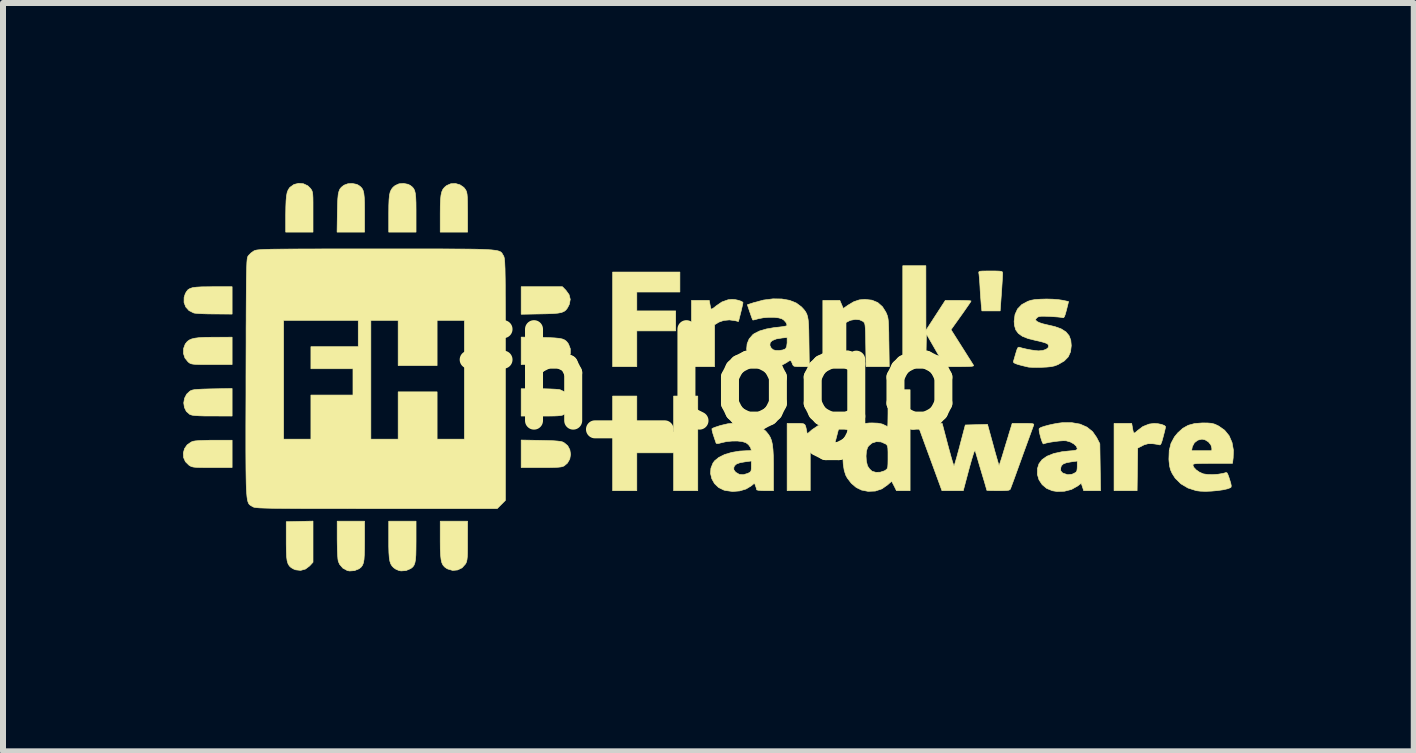
<source format=kicad_pcb>
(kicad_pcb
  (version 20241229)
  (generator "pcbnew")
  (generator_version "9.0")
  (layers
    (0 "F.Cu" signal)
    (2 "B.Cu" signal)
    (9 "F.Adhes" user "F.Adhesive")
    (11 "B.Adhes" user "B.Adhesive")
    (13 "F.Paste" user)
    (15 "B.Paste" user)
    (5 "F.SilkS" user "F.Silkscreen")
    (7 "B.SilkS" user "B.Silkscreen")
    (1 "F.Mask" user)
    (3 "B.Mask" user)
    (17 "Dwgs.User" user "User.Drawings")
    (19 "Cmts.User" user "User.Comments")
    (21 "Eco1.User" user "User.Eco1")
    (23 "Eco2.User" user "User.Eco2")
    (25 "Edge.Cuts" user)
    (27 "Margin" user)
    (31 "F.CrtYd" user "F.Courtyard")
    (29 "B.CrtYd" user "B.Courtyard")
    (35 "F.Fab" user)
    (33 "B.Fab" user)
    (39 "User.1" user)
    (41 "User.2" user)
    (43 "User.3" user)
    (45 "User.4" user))
  (footprint "fh_logo"
    (layer "F.Cu")
    (at 8.788 3.27)
    (property "Reference" "fh_logo" (at 0 0 0) (layer "F.SilkS") (effects (font (size 1.524 1.524) (thickness 0.3))))
    (attr through_hole)
    (fp_poly (pts (xy -0.508 -1.454) (xy -1.226 -1.454) (xy -1.226 -1.139) (xy -0.578 -1.139) (xy -0.578 -0.806) (xy -1.226 -0.806) (xy -1.226 -0.21) (xy -1.629 -0.21) (xy -1.629 -1.787) (xy -0.508 -1.787) (xy -0.508 -1.454)) (stroke (width 0.01) (type solid)) (fill yes) (layer "F.SilkS"))
    (fp_poly (pts (xy -1.226 0.876) (xy -0.613 0.876) (xy -0.613 0.28) (xy -0.21 0.28) (xy -0.21 1.857) (xy -0.613 1.857) (xy -0.613 1.226) (xy -1.226 1.226) (xy -1.226 1.857) (xy -1.629 1.857) (xy -1.629 0.28) (xy -1.226 0.28) (xy -1.226 0.876)) (stroke (width 0.01) (type solid)) (fill yes) (layer "F.SilkS"))
    (fp_poly (pts (xy -2.408 -1.483) (xy -2.355 -1.41) (xy -2.335 -1.332) (xy -2.35 -1.251) (xy -2.359 -1.232) (xy -2.382 -1.188) (xy -2.408 -1.154) (xy -2.439 -1.13) (xy -2.481 -1.113) (xy -2.54 -1.102) (xy -2.62 -1.095) (xy -2.727 -1.091) (xy -2.822 -1.089) (xy -3.153 -1.083) (xy -3.153 -1.542) (xy -2.466 -1.542) (xy -2.408 -1.483)) (stroke (width 0.01) (type solid)) (fill yes) (layer "F.SilkS"))
    (fp_poly (pts (xy -6.622 3.049) (xy -6.679 3.111) (xy -6.748 3.163) (xy -6.828 3.185) (xy -6.911 3.176) (xy -6.946 3.162) (xy -6.986 3.139) (xy -7.016 3.111) (xy -7.038 3.075) (xy -7.053 3.026) (xy -7.062 2.957) (xy -7.066 2.865) (xy -7.068 2.744) (xy -7.068 2.698) (xy -7.068 2.374) (xy -6.845 2.369) (xy -6.622 2.364) (xy -6.622 3.049)) (stroke (width 0.01) (type solid)) (fill yes) (layer "F.SilkS"))
    (fp_poly (pts (xy -7.97 -1.086) (xy -8.264 -1.088) (xy -8.366 -1.089) (xy -8.459 -1.092) (xy -8.536 -1.096) (xy -8.591 -1.101) (xy -8.61 -1.105) (xy -8.688 -1.144) (xy -8.742 -1.204) (xy -8.771 -1.28) (xy -8.77 -1.364) (xy -8.75 -1.426) (xy -8.729 -1.463) (xy -8.705 -1.492) (xy -8.672 -1.512) (xy -8.626 -1.527) (xy -8.561 -1.535) (xy -8.473 -1.54) (xy -8.357 -1.541) (xy -8.296 -1.542) (xy -7.97 -1.542) (xy -7.97 -1.086)) (stroke (width 0.01) (type solid)) (fill yes) (layer "F.SilkS"))
    (fp_poly (pts (xy -7.97 0.613) (xy -8.299 0.612) (xy -8.423 0.612) (xy -8.517 0.609) (xy -8.586 0.605) (xy -8.633 0.599) (xy -8.665 0.59) (xy -8.675 0.586) (xy -8.732 0.537) (xy -8.765 0.47) (xy -8.776 0.394) (xy -8.763 0.317) (xy -8.727 0.248) (xy -8.676 0.2) (xy -8.655 0.188) (xy -8.628 0.179) (xy -8.589 0.172) (xy -8.534 0.168) (xy -8.456 0.164) (xy -8.351 0.161) (xy -8.299 0.16) (xy -7.97 0.154) (xy -7.97 0.613)) (stroke (width 0.01) (type solid)) (fill yes) (layer "F.SilkS"))
    (fp_poly (pts (xy -5.763 2.699) (xy -5.764 2.829) (xy -5.767 2.929) (xy -5.772 3.004) (xy -5.782 3.059) (xy -5.797 3.098) (xy -5.817 3.127) (xy -5.845 3.151) (xy -5.854 3.157) (xy -5.93 3.189) (xy -6.012 3.195) (xy -6.05 3.188) (xy -6.124 3.148) (xy -6.179 3.084) (xy -6.201 3.032) (xy -6.207 2.994) (xy -6.212 2.928) (xy -6.216 2.841) (xy -6.218 2.742) (xy -6.219 2.667) (xy -6.219 2.365) (xy -5.763 2.365) (xy -5.763 2.699)) (stroke (width 0.01) (type solid)) (fill yes) (layer "F.SilkS"))
    (fp_poly (pts (xy -4.172 -3.24) (xy -4.108 -3.196) (xy -4.082 -3.162) (xy -4.069 -3.139) (xy -4.06 -3.113) (xy -4.054 -3.077) (xy -4.05 -3.027) (xy -4.048 -2.958) (xy -4.047 -2.862) (xy -4.046 -2.779) (xy -4.046 -2.452) (xy -4.502 -2.452) (xy -4.502 -2.763) (xy -4.501 -2.893) (xy -4.497 -2.993) (xy -4.489 -3.068) (xy -4.476 -3.124) (xy -4.457 -3.166) (xy -4.43 -3.199) (xy -4.395 -3.228) (xy -4.326 -3.258) (xy -4.248 -3.262) (xy -4.172 -3.24)) (stroke (width 0.01) (type solid)) (fill yes) (layer "F.SilkS"))
    (fp_poly (pts (xy -2.825 1.019) (xy -2.704 1.022) (xy -2.613 1.025) (xy -2.547 1.03) (xy -2.499 1.036) (xy -2.465 1.044) (xy -2.44 1.056) (xy -2.378 1.107) (xy -2.342 1.175) (xy -2.33 1.251) (xy -2.343 1.328) (xy -2.381 1.396) (xy -2.436 1.443) (xy -2.458 1.453) (xy -2.49 1.461) (xy -2.536 1.466) (xy -2.602 1.469) (xy -2.692 1.471) (xy -2.812 1.471) (xy -2.819 1.471) (xy -3.153 1.471) (xy -3.153 1.013) (xy -2.825 1.019)) (stroke (width 0.01) (type solid)) (fill yes) (layer "F.SilkS"))
    (fp_poly (pts (xy -7.97 -0.245) (xy -8.311 -0.245) (xy -8.428 -0.245) (xy -8.515 -0.246) (xy -8.578 -0.248) (xy -8.622 -0.252) (xy -8.652 -0.258) (xy -8.674 -0.267) (xy -8.692 -0.28) (xy -8.704 -0.29) (xy -8.756 -0.354) (xy -8.781 -0.431) (xy -8.779 -0.512) (xy -8.751 -0.587) (xy -8.717 -0.629) (xy -8.685 -0.653) (xy -8.645 -0.671) (xy -8.592 -0.684) (xy -8.521 -0.693) (xy -8.427 -0.698) (xy -8.304 -0.7) (xy -8.255 -0.7) (xy -7.97 -0.701) (xy -7.97 -0.245)) (stroke (width 0.01) (type solid)) (fill yes) (layer "F.SilkS"))
    (fp_poly (pts (xy -7.97 1.471) (xy -8.301 1.471) (xy -8.416 1.471) (xy -8.503 1.47) (xy -8.565 1.468) (xy -8.61 1.464) (xy -8.641 1.457) (xy -8.665 1.447) (xy -8.687 1.433) (xy -8.69 1.431) (xy -8.748 1.374) (xy -8.779 1.304) (xy -8.783 1.229) (xy -8.763 1.156) (xy -8.719 1.093) (xy -8.652 1.046) (xy -8.617 1.033) (xy -8.58 1.027) (xy -8.514 1.022) (xy -8.429 1.019) (xy -8.331 1.016) (xy -8.264 1.016) (xy -7.97 1.016) (xy -7.97 1.471)) (stroke (width 0.01) (type solid)) (fill yes) (layer "F.SilkS"))
    (fp_poly (pts (xy -6.782 -3.258) (xy -6.709 -3.224) (xy -6.666 -3.182) (xy -6.65 -3.16) (xy -6.639 -3.14) (xy -6.631 -3.114) (xy -6.626 -3.077) (xy -6.623 -3.024) (xy -6.622 -2.95) (xy -6.622 -2.849) (xy -6.622 -2.788) (xy -6.622 -2.452) (xy -7.077 -2.452) (xy -7.077 -2.737) (xy -7.075 -2.87) (xy -7.071 -2.974) (xy -7.064 -3.052) (xy -7.053 -3.111) (xy -7.036 -3.155) (xy -7.014 -3.189) (xy -7.005 -3.199) (xy -6.939 -3.246) (xy -6.861 -3.265) (xy -6.782 -3.258)) (stroke (width 0.01) (type solid)) (fill yes) (layer "F.SilkS"))
    (fp_poly (pts (xy -5.894 -3.248) (xy -5.862 -3.232) (xy -5.83 -3.208) (xy -5.805 -3.181) (xy -5.787 -3.146) (xy -5.775 -3.097) (xy -5.768 -3.031) (xy -5.764 -2.941) (xy -5.763 -2.822) (xy -5.763 -2.777) (xy -5.763 -2.452) (xy -6.221 -2.452) (xy -6.216 -2.782) (xy -6.213 -2.908) (xy -6.209 -3.005) (xy -6.202 -3.078) (xy -6.19 -3.13) (xy -6.174 -3.169) (xy -6.151 -3.198) (xy -6.12 -3.223) (xy -6.103 -3.235) (xy -6.041 -3.258) (xy -5.966 -3.262) (xy -5.894 -3.248)) (stroke (width 0.01) (type solid)) (fill yes) (layer "F.SilkS"))
    (fp_poly (pts (xy -5.039 -3.249) (xy -5.004 -3.232) (xy -4.972 -3.208) (xy -4.947 -3.181) (xy -4.929 -3.146) (xy -4.917 -3.097) (xy -4.91 -3.031) (xy -4.906 -2.941) (xy -4.905 -2.822) (xy -4.905 -2.777) (xy -4.905 -2.452) (xy -5.36 -2.452) (xy -5.36 -2.763) (xy -5.359 -2.893) (xy -5.355 -2.992) (xy -5.348 -3.067) (xy -5.335 -3.123) (xy -5.315 -3.165) (xy -5.288 -3.199) (xy -5.252 -3.229) (xy -5.251 -3.229) (xy -5.189 -3.257) (xy -5.112 -3.263) (xy -5.039 -3.249)) (stroke (width 0.01) (type solid)) (fill yes) (layer "F.SilkS"))
    (fp_poly (pts (xy -4.905 2.699) (xy -4.906 2.829) (xy -4.908 2.929) (xy -4.914 3.005) (xy -4.924 3.059) (xy -4.939 3.099) (xy -4.959 3.127) (xy -4.987 3.15) (xy -4.996 3.156) (xy -5.072 3.188) (xy -5.155 3.194) (xy -5.191 3.187) (xy -5.242 3.165) (xy -5.277 3.141) (xy -5.305 3.112) (xy -5.326 3.078) (xy -5.341 3.033) (xy -5.351 2.973) (xy -5.357 2.892) (xy -5.36 2.785) (xy -5.36 2.681) (xy -5.36 2.365) (xy -4.905 2.365) (xy -4.905 2.699)) (stroke (width 0.01) (type solid)) (fill yes) (layer "F.SilkS"))
    (fp_poly (pts (xy -4.047 2.693) (xy -4.047 2.81) (xy -4.048 2.898) (xy -4.051 2.962) (xy -4.056 3.007) (xy -4.063 3.039) (xy -4.073 3.064) (xy -4.081 3.078) (xy -4.138 3.142) (xy -4.212 3.178) (xy -4.294 3.186) (xy -4.376 3.162) (xy -4.394 3.153) (xy -4.429 3.128) (xy -4.456 3.097) (xy -4.475 3.058) (xy -4.488 3.003) (xy -4.496 2.929) (xy -4.501 2.831) (xy -4.502 2.703) (xy -4.502 2.681) (xy -4.502 2.365) (xy -4.046 2.365) (xy -4.047 2.693)) (stroke (width 0.01) (type solid)) (fill yes) (layer "F.SilkS"))
    (fp_poly (pts (xy -2.86 0.158) (xy -2.757 0.159) (xy -2.662 0.162) (xy -2.582 0.166) (xy -2.525 0.171) (xy -2.504 0.175) (xy -2.426 0.212) (xy -2.371 0.27) (xy -2.341 0.341) (xy -2.336 0.418) (xy -2.359 0.494) (xy -2.411 0.562) (xy -2.428 0.577) (xy -2.446 0.589) (xy -2.468 0.599) (xy -2.497 0.605) (xy -2.54 0.609) (xy -2.602 0.612) (xy -2.688 0.613) (xy -2.803 0.613) (xy -2.814 0.613) (xy -3.153 0.613) (xy -3.153 0.158) (xy -2.86 0.158)) (stroke (width 0.01) (type solid)) (fill yes) (layer "F.SilkS"))
    (fp_poly (pts (xy -2.825 -0.697) (xy -2.695 -0.694) (xy -2.596 -0.689) (xy -2.521 -0.682) (xy -2.467 -0.671) (xy -2.428 -0.654) (xy -2.398 -0.632) (xy -2.374 -0.601) (xy -2.364 -0.586) (xy -2.334 -0.508) (xy -2.334 -0.426) (xy -2.361 -0.35) (xy -2.413 -0.289) (xy -2.436 -0.274) (xy -2.458 -0.264) (xy -2.49 -0.256) (xy -2.536 -0.251) (xy -2.602 -0.247) (xy -2.692 -0.246) (xy -2.812 -0.245) (xy -2.819 -0.245) (xy -3.153 -0.245) (xy -3.153 -0.703) (xy -2.825 -0.697)) (stroke (width 0.01) (type solid)) (fill yes) (layer "F.SilkS"))
    (fp_poly (pts (xy 4.754 -1.804) (xy 4.812 -1.802) (xy 4.846 -1.798) (xy 4.863 -1.791) (xy 4.869 -1.778) (xy 4.87 -1.765) (xy 4.869 -1.735) (xy 4.866 -1.676) (xy 4.861 -1.597) (xy 4.855 -1.502) (xy 4.85 -1.432) (xy 4.829 -1.139) (xy 4.524 -1.139) (xy 4.513 -1.248) (xy 4.508 -1.315) (xy 4.501 -1.402) (xy 4.495 -1.496) (xy 4.493 -1.542) (xy 4.488 -1.622) (xy 4.482 -1.693) (xy 4.477 -1.745) (xy 4.474 -1.765) (xy 4.472 -1.782) (xy 4.477 -1.793) (xy 4.495 -1.8) (xy 4.533 -1.803) (xy 4.594 -1.804) (xy 4.668 -1.804) (xy 4.754 -1.804)) (stroke (width 0.01) (type solid)) (fill yes) (layer "F.SilkS"))
    (fp_poly (pts (xy 0.414 -1.327) (xy 0.469 -1.315) (xy 0.515 -1.299) (xy 0.541 -1.283) (xy 0.543 -1.277) (xy 0.539 -1.253) (xy 0.528 -1.204) (xy 0.513 -1.139) (xy 0.506 -1.111) (xy 0.468 -0.962) (xy 0.414 -0.976) (xy 0.317 -0.989) (xy 0.222 -0.98) (xy 0.142 -0.952) (xy 0.133 -0.947) (xy 0.07 -0.908) (xy 0.07 -0.21) (xy -0.315 -0.21) (xy -0.315 -1.314) (xy -0.019 -1.314) (xy -0.007 -1.248) (xy 0.002 -1.202) (xy 0.011 -1.172) (xy 0.012 -1.169) (xy 0.028 -1.172) (xy 0.062 -1.194) (xy 0.097 -1.223) (xy 0.192 -1.288) (xy 0.296 -1.325) (xy 0.361 -1.331) (xy 0.414 -1.327)) (stroke (width 0.01) (type solid)) (fill yes) (layer "F.SilkS"))
    (fp_poly (pts (xy 1.5 0.736) (xy 1.545 0.74) (xy 1.572 0.753) (xy 1.587 0.781) (xy 1.598 0.829) (xy 1.603 0.854) (xy 1.614 0.911) (xy 1.694 0.841) (xy 1.795 0.773) (xy 1.903 0.74) (xy 2.021 0.74) (xy 2.087 0.754) (xy 2.151 0.771) (xy 2.11 0.93) (xy 2.092 1) (xy 2.076 1.056) (xy 2.066 1.09) (xy 2.063 1.096) (xy 2.043 1.096) (xy 2.004 1.086) (xy 1.999 1.084) (xy 1.917 1.071) (xy 1.826 1.081) (xy 1.742 1.112) (xy 1.727 1.12) (xy 1.664 1.159) (xy 1.664 1.857) (xy 1.279 1.857) (xy 1.279 0.736) (xy 1.426 0.736) (xy 1.5 0.736)) (stroke (width 0.01) (type solid)) (fill yes) (layer "F.SilkS"))
    (fp_poly (pts (xy 3.592 -0.815) (xy 3.753 -1.064) (xy 3.915 -1.314) (xy 4.13 -1.314) (xy 4.212 -1.313) (xy 4.279 -1.311) (xy 4.326 -1.308) (xy 4.344 -1.304) (xy 4.344 -1.304) (xy 4.335 -1.287) (xy 4.308 -1.247) (xy 4.267 -1.188) (xy 4.217 -1.116) (xy 4.177 -1.06) (xy 4.01 -0.826) (xy 4.191 -0.54) (xy 4.248 -0.45) (xy 4.299 -0.369) (xy 4.341 -0.303) (xy 4.371 -0.255) (xy 4.385 -0.233) (xy 4.386 -0.232) (xy 4.384 -0.223) (xy 4.363 -0.217) (xy 4.318 -0.213) (xy 4.246 -0.211) (xy 4.156 -0.21) (xy 3.912 -0.21) (xy 3.6 -0.755) (xy 3.59 -0.21) (xy 3.206 -0.21) (xy 3.206 -1.892) (xy 3.591 -1.892) (xy 3.592 -0.815)) (stroke (width 0.01) (type solid)) (fill yes) (layer "F.SilkS"))
    (fp_poly (pts (xy 7.034 0.81) (xy 7.045 0.868) (xy 7.057 0.895) (xy 7.076 0.892) (xy 7.108 0.865) (xy 7.117 0.856) (xy 7.207 0.788) (xy 7.31 0.747) (xy 7.394 0.736) (xy 7.46 0.741) (xy 7.519 0.753) (xy 7.564 0.77) (xy 7.585 0.789) (xy 7.585 0.792) (xy 7.581 0.816) (xy 7.57 0.865) (xy 7.553 0.93) (xy 7.546 0.957) (xy 7.526 1.03) (xy 7.51 1.073) (xy 7.496 1.092) (xy 7.481 1.093) (xy 7.448 1.085) (xy 7.395 1.077) (xy 7.366 1.074) (xy 7.293 1.074) (xy 7.227 1.093) (xy 7.2 1.107) (xy 7.121 1.147) (xy 7.116 1.502) (xy 7.111 1.857) (xy 6.727 1.857) (xy 6.727 0.736) (xy 7.021 0.736) (xy 7.034 0.81)) (stroke (width 0.01) (type solid)) (fill yes) (layer "F.SilkS"))
    (fp_poly (pts (xy 2.693 -1.318) (xy 2.789 -1.278) (xy 2.867 -1.209) (xy 2.922 -1.122) (xy 2.937 -1.09) (xy 2.948 -1.061) (xy 2.957 -1.029) (xy 2.963 -0.99) (xy 2.967 -0.938) (xy 2.97 -0.867) (xy 2.973 -0.774) (xy 2.974 -0.651) (xy 2.975 -0.617) (xy 2.981 -0.21) (xy 2.595 -0.21) (xy 2.589 -0.571) (xy 2.587 -0.692) (xy 2.585 -0.783) (xy 2.582 -0.849) (xy 2.578 -0.894) (xy 2.573 -0.924) (xy 2.564 -0.943) (xy 2.553 -0.956) (xy 2.542 -0.965) (xy 2.486 -0.991) (xy 2.414 -0.997) (xy 2.341 -0.984) (xy 2.311 -0.972) (xy 2.26 -0.945) (xy 2.26 -0.21) (xy 1.874 -0.21) (xy 1.874 -1.314) (xy 2.157 -1.314) (xy 2.215 -1.179) (xy 2.294 -1.235) (xy 2.39 -1.292) (xy 2.483 -1.323) (xy 2.575 -1.331) (xy 2.693 -1.318)) (stroke (width 0.01) (type solid)) (fill yes) (layer "F.SilkS"))
    (fp_poly (pts (xy 3.328 1.857) (xy 3.101 1.857) (xy 3.064 1.782) (xy 3.041 1.738) (xy 3.026 1.709) (xy 3.022 1.703) (xy 3.009 1.711) (xy 2.978 1.737) (xy 2.955 1.758) (xy 2.859 1.826) (xy 2.749 1.863) (xy 2.628 1.868) (xy 2.517 1.846) (xy 2.43 1.803) (xy 2.349 1.734) (xy 2.282 1.647) (xy 2.255 1.597) (xy 2.23 1.517) (xy 2.214 1.415) (xy 2.208 1.305) (xy 2.209 1.28) (xy 2.594 1.28) (xy 2.599 1.363) (xy 2.616 1.434) (xy 2.621 1.448) (xy 2.653 1.495) (xy 2.692 1.531) (xy 2.696 1.534) (xy 2.757 1.551) (xy 2.83 1.549) (xy 2.899 1.527) (xy 2.917 1.516) (xy 2.936 1.502) (xy 2.949 1.485) (xy 2.956 1.457) (xy 2.959 1.412) (xy 2.96 1.342) (xy 2.96 1.296) (xy 2.96 1.212) (xy 2.958 1.155) (xy 2.953 1.12) (xy 2.943 1.098) (xy 2.928 1.083) (xy 2.918 1.077) (xy 2.843 1.044) (xy 2.765 1.04) (xy 2.693 1.063) (xy 2.637 1.111) (xy 2.619 1.138) (xy 2.6 1.2) (xy 2.594 1.28) (xy 2.209 1.28) (xy 2.212 1.196) (xy 2.227 1.103) (xy 2.233 1.083) (xy 2.288 0.96) (xy 2.367 0.858) (xy 2.467 0.783) (xy 2.471 0.78) (xy 2.53 0.752) (xy 2.583 0.736) (xy 2.645 0.729) (xy 2.698 0.728) (xy 2.793 0.732) (xy 2.862 0.746) (xy 2.889 0.758) (xy 2.928 0.777) (xy 2.952 0.788) (xy 2.954 0.788) (xy 2.956 0.772) (xy 2.958 0.726) (xy 2.959 0.656) (xy 2.96 0.568) (xy 2.96 0.482) (xy 2.96 0.175) (xy 3.328 0.175) (xy 3.328 1.857)) (stroke (width 0.01) (type solid)) (fill yes) (layer "F.SilkS"))
    (fp_poly (pts (xy 8.288 0.729) (xy 8.346 0.734) (xy 8.394 0.745) (xy 8.443 0.766) (xy 8.471 0.78) (xy 8.569 0.849) (xy 8.644 0.941) (xy 8.693 1.054) (xy 8.716 1.183) (xy 8.712 1.309) (xy 8.701 1.401) (xy 8.371 1.401) (xy 8.254 1.402) (xy 8.169 1.403) (xy 8.109 1.405) (xy 8.071 1.409) (xy 8.05 1.415) (xy 8.041 1.424) (xy 8.04 1.429) (xy 8.055 1.467) (xy 8.094 1.509) (xy 8.148 1.547) (xy 8.208 1.574) (xy 8.217 1.577) (xy 8.284 1.587) (xy 8.37 1.589) (xy 8.459 1.583) (xy 8.538 1.57) (xy 8.571 1.561) (xy 8.593 1.554) (xy 8.609 1.56) (xy 8.623 1.585) (xy 8.641 1.634) (xy 8.652 1.668) (xy 8.672 1.734) (xy 8.68 1.774) (xy 8.677 1.797) (xy 8.668 1.806) (xy 8.619 1.825) (xy 8.544 1.842) (xy 8.452 1.855) (xy 8.352 1.864) (xy 8.253 1.868) (xy 8.164 1.865) (xy 8.098 1.857) (xy 7.958 1.812) (xy 7.84 1.742) (xy 7.746 1.649) (xy 7.695 1.569) (xy 7.668 1.509) (xy 7.652 1.445) (xy 7.643 1.364) (xy 7.641 1.331) (xy 7.646 1.191) (xy 8.019 1.191) (xy 8.356 1.191) (xy 8.356 1.146) (xy 8.34 1.093) (xy 8.3 1.044) (xy 8.245 1.01) (xy 8.192 0.998) (xy 8.122 1.015) (xy 8.066 1.058) (xy 8.032 1.121) (xy 8.029 1.134) (xy 8.019 1.191) (xy 7.646 1.191) (xy 7.646 1.19) (xy 7.676 1.068) (xy 7.734 0.96) (xy 7.79 0.892) (xy 7.873 0.817) (xy 7.963 0.767) (xy 8.069 0.738) (xy 8.197 0.728) (xy 8.208 0.728) (xy 8.288 0.729)) (stroke (width 0.01) (type solid)) (fill yes) (layer "F.SilkS"))
    (fp_poly (pts (xy 6.16 0.747) (xy 6.276 0.798) (xy 6.369 0.873) (xy 6.437 0.971) (xy 6.49 1.075) (xy 6.496 1.466) (xy 6.502 1.857) (xy 6.221 1.857) (xy 6.201 1.795) (xy 6.18 1.733) (xy 6.119 1.779) (xy 6.018 1.836) (xy 5.901 1.866) (xy 5.776 1.87) (xy 5.699 1.858) (xy 5.604 1.819) (xy 5.529 1.756) (xy 5.476 1.676) (xy 5.449 1.585) (xy 5.451 1.488) (xy 5.452 1.484) (xy 5.837 1.484) (xy 5.839 1.527) (xy 5.863 1.556) (xy 5.88 1.566) (xy 5.954 1.591) (xy 6.026 1.583) (xy 6.062 1.567) (xy 6.093 1.548) (xy 6.108 1.523) (xy 6.113 1.481) (xy 6.114 1.452) (xy 6.114 1.363) (xy 6.022 1.375) (xy 5.936 1.39) (xy 5.881 1.411) (xy 5.849 1.441) (xy 5.837 1.482) (xy 5.837 1.484) (xy 5.452 1.484) (xy 5.476 1.408) (xy 5.528 1.339) (xy 5.61 1.282) (xy 5.721 1.238) (xy 5.858 1.208) (xy 5.969 1.196) (xy 6.041 1.19) (xy 6.085 1.183) (xy 6.107 1.173) (xy 6.113 1.158) (xy 6.114 1.155) (xy 6.098 1.116) (xy 6.056 1.077) (xy 5.998 1.045) (xy 5.931 1.026) (xy 5.926 1.025) (xy 5.878 1.024) (xy 5.81 1.029) (xy 5.733 1.038) (xy 5.658 1.05) (xy 5.595 1.063) (xy 5.555 1.076) (xy 5.552 1.078) (xy 5.54 1.068) (xy 5.525 1.033) (xy 5.508 0.982) (xy 5.493 0.926) (xy 5.481 0.874) (xy 5.477 0.835) (xy 5.48 0.82) (xy 5.511 0.802) (xy 5.568 0.783) (xy 5.642 0.763) (xy 5.724 0.745) (xy 5.806 0.731) (xy 5.862 0.724) (xy 6.021 0.723) (xy 6.16 0.747)) (stroke (width 0.01) (type solid)) (fill yes) (layer "F.SilkS"))
    (fp_poly (pts (xy 1.189 -1.338) (xy 1.32 -1.315) (xy 1.432 -1.27) (xy 1.52 -1.204) (xy 1.526 -1.197) (xy 1.56 -1.16) (xy 1.586 -1.125) (xy 1.606 -1.087) (xy 1.62 -1.043) (xy 1.63 -0.986) (xy 1.636 -0.911) (xy 1.64 -0.814) (xy 1.642 -0.689) (xy 1.643 -0.617) (xy 1.649 -0.21) (xy 1.515 -0.21) (xy 1.448 -0.211) (xy 1.407 -0.214) (xy 1.384 -0.224) (xy 1.372 -0.242) (xy 1.364 -0.263) (xy 1.347 -0.302) (xy 1.327 -0.312) (xy 1.295 -0.296) (xy 1.274 -0.28) (xy 1.187 -0.232) (xy 1.081 -0.203) (xy 0.967 -0.195) (xy 0.855 -0.209) (xy 0.811 -0.222) (xy 0.725 -0.268) (xy 0.662 -0.334) (xy 0.621 -0.415) (xy 0.604 -0.502) (xy 0.61 -0.566) (xy 0.991 -0.566) (xy 1.013 -0.52) (xy 1.047 -0.491) (xy 1.088 -0.48) (xy 1.146 -0.479) (xy 1.205 -0.488) (xy 1.248 -0.505) (xy 1.252 -0.508) (xy 1.271 -0.543) (xy 1.279 -0.606) (xy 1.279 -0.613) (xy 1.279 -0.696) (xy 1.196 -0.688) (xy 1.098 -0.672) (xy 1.03 -0.644) (xy 0.997 -0.611) (xy 0.991 -0.566) (xy 0.61 -0.566) (xy 0.612 -0.59) (xy 0.646 -0.672) (xy 0.706 -0.742) (xy 0.732 -0.761) (xy 0.818 -0.804) (xy 0.933 -0.838) (xy 1.071 -0.862) (xy 1.142 -0.869) (xy 1.206 -0.877) (xy 1.254 -0.886) (xy 1.278 -0.895) (xy 1.279 -0.897) (xy 1.264 -0.941) (xy 1.225 -0.985) (xy 1.192 -1.007) (xy 1.138 -1.023) (xy 1.061 -1.032) (xy 0.972 -1.032) (xy 0.883 -1.025) (xy 0.805 -1.01) (xy 0.796 -1.008) (xy 0.747 -0.994) (xy 0.714 -0.987) (xy 0.706 -0.988) (xy 0.698 -1.005) (xy 0.682 -1.048) (xy 0.662 -1.107) (xy 0.658 -1.117) (xy 0.616 -1.242) (xy 0.724 -1.277) (xy 0.886 -1.32) (xy 1.043 -1.34) (xy 1.189 -1.338)) (stroke (width 0.01) (type solid)) (fill yes) (layer "F.SilkS"))
    (fp_poly (pts (xy 0.663 0.736) (xy 0.761 0.76) (xy 0.785 0.769) (xy 0.855 0.81) (xy 0.92 0.862) (xy 0.938 0.882) (xy 0.973 0.926) (xy 1 0.972) (xy 1.02 1.025) (xy 1.034 1.09) (xy 1.043 1.171) (xy 1.049 1.274) (xy 1.051 1.405) (xy 1.051 1.492) (xy 1.051 1.857) (xy 0.911 1.857) (xy 0.846 1.855) (xy 0.797 1.85) (xy 0.772 1.843) (xy 0.771 1.84) (xy 0.765 1.813) (xy 0.753 1.778) (xy 0.735 1.731) (xy 0.682 1.776) (xy 0.594 1.829) (xy 0.487 1.861) (xy 0.37 1.87) (xy 0.253 1.854) (xy 0.225 1.847) (xy 0.137 1.804) (xy 0.069 1.739) (xy 0.024 1.659) (xy 0.003 1.571) (xy 0.007 1.507) (xy 0.39 1.507) (xy 0.414 1.541) (xy 0.427 1.553) (xy 0.484 1.586) (xy 0.548 1.591) (xy 0.622 1.569) (xy 0.658 1.551) (xy 0.676 1.531) (xy 0.682 1.496) (xy 0.683 1.453) (xy 0.683 1.362) (xy 0.584 1.375) (xy 0.496 1.39) (xy 0.437 1.411) (xy 0.403 1.441) (xy 0.391 1.469) (xy 0.39 1.507) (xy 0.007 1.507) (xy 0.009 1.482) (xy 0.043 1.397) (xy 0.072 1.358) (xy 0.141 1.302) (xy 0.238 1.254) (xy 0.356 1.219) (xy 0.488 1.197) (xy 0.6 1.191) (xy 0.648 1.19) (xy 0.678 1.186) (xy 0.683 1.184) (xy 0.669 1.137) (xy 0.634 1.089) (xy 0.592 1.057) (xy 0.533 1.039) (xy 0.452 1.029) (xy 0.36 1.03) (xy 0.266 1.039) (xy 0.187 1.057) (xy 0.133 1.071) (xy 0.104 1.071) (xy 0.095 1.063) (xy 0.065 0.975) (xy 0.041 0.902) (xy 0.028 0.85) (xy 0.026 0.825) (xy 0.026 0.824) (xy 0.045 0.813) (xy 0.09 0.796) (xy 0.151 0.776) (xy 0.17 0.77) (xy 0.289 0.742) (xy 0.418 0.728) (xy 0.546 0.725) (xy 0.663 0.736)) (stroke (width 0.01) (type solid)) (fill yes) (layer "F.SilkS"))
    (fp_poly (pts (xy 5.707 -1.334) (xy 5.803 -1.326) (xy 5.87 -1.316) (xy 5.969 -1.295) (xy 5.934 -1.154) (xy 5.915 -1.085) (xy 5.9 -1.044) (xy 5.886 -1.026) (xy 5.871 -1.026) (xy 5.87 -1.026) (xy 5.842 -1.032) (xy 5.787 -1.038) (xy 5.714 -1.043) (xy 5.657 -1.047) (xy 5.572 -1.05) (xy 5.516 -1.05) (xy 5.479 -1.045) (xy 5.455 -1.036) (xy 5.44 -1.023) (xy 5.419 -0.999) (xy 5.424 -0.981) (xy 5.445 -0.962) (xy 5.481 -0.944) (xy 5.538 -0.925) (xy 5.6 -0.91) (xy 5.739 -0.878) (xy 5.847 -0.839) (xy 5.925 -0.789) (xy 5.977 -0.727) (xy 6.006 -0.65) (xy 6.014 -0.561) (xy 6.002 -0.458) (xy 5.964 -0.374) (xy 5.897 -0.305) (xy 5.799 -0.248) (xy 5.789 -0.243) (xy 5.736 -0.223) (xy 5.678 -0.21) (xy 5.604 -0.203) (xy 5.518 -0.199) (xy 5.438 -0.198) (xy 5.368 -0.199) (xy 5.317 -0.201) (xy 5.299 -0.203) (xy 5.198 -0.227) (xy 5.127 -0.246) (xy 5.081 -0.262) (xy 5.057 -0.276) (xy 5.049 -0.289) (xy 5.05 -0.296) (xy 5.059 -0.327) (xy 5.074 -0.379) (xy 5.09 -0.434) (xy 5.109 -0.495) (xy 5.125 -0.527) (xy 5.142 -0.535) (xy 5.149 -0.533) (xy 5.197 -0.519) (xy 5.266 -0.503) (xy 5.344 -0.488) (xy 5.415 -0.478) (xy 5.468 -0.473) (xy 5.469 -0.473) (xy 5.54 -0.48) (xy 5.595 -0.499) (xy 5.629 -0.527) (xy 5.638 -0.559) (xy 5.621 -0.587) (xy 5.594 -0.601) (xy 5.542 -0.618) (xy 5.472 -0.636) (xy 5.425 -0.646) (xy 5.298 -0.677) (xy 5.201 -0.715) (xy 5.133 -0.763) (xy 5.089 -0.823) (xy 5.067 -0.898) (xy 5.062 -0.967) (xy 5.077 -1.08) (xy 5.119 -1.172) (xy 5.19 -1.245) (xy 5.291 -1.299) (xy 5.343 -1.316) (xy 5.409 -1.328) (xy 5.499 -1.334) (xy 5.602 -1.337) (xy 5.707 -1.334)) (stroke (width 0.01) (type solid)) (fill yes) (layer "F.SilkS"))
    (fp_poly (pts (xy 3.957 1.095) (xy 3.986 1.201) (xy 4.011 1.293) (xy 4.033 1.368) (xy 4.05 1.42) (xy 4.059 1.444) (xy 4.061 1.445) (xy 4.068 1.426) (xy 4.082 1.379) (xy 4.103 1.308) (xy 4.127 1.219) (xy 4.155 1.117) (xy 4.159 1.099) (xy 4.248 0.762) (xy 4.433 0.757) (xy 4.618 0.752) (xy 4.712 1.094) (xy 4.74 1.198) (xy 4.766 1.289) (xy 4.787 1.362) (xy 4.802 1.413) (xy 4.81 1.436) (xy 4.811 1.436) (xy 4.817 1.421) (xy 4.832 1.379) (xy 4.852 1.317) (xy 4.868 1.266) (xy 4.897 1.169) (xy 4.931 1.057) (xy 4.964 0.95) (xy 4.974 0.915) (xy 5.029 0.736) (xy 5.214 0.736) (xy 5.296 0.736) (xy 5.349 0.738) (xy 5.378 0.743) (xy 5.389 0.751) (xy 5.388 0.764) (xy 5.387 0.766) (xy 5.378 0.79) (xy 5.359 0.842) (xy 5.331 0.919) (xy 5.296 1.015) (xy 5.255 1.128) (xy 5.21 1.251) (xy 5.194 1.296) (xy 5.148 1.423) (xy 5.106 1.539) (xy 5.069 1.642) (xy 5.038 1.726) (xy 5.015 1.787) (xy 5.003 1.821) (xy 5.001 1.826) (xy 4.991 1.84) (xy 4.971 1.849) (xy 4.934 1.854) (xy 4.874 1.856) (xy 4.798 1.857) (xy 4.721 1.856) (xy 4.659 1.855) (xy 4.619 1.853) (xy 4.607 1.851) (xy 4.602 1.833) (xy 4.589 1.787) (xy 4.569 1.718) (xy 4.543 1.631) (xy 4.513 1.532) (xy 4.511 1.524) (xy 4.481 1.424) (xy 4.455 1.335) (xy 4.434 1.264) (xy 4.42 1.215) (xy 4.414 1.194) (xy 4.414 1.193) (xy 4.405 1.195) (xy 4.399 1.201) (xy 4.39 1.222) (xy 4.374 1.272) (xy 4.352 1.345) (xy 4.327 1.434) (xy 4.299 1.536) (xy 4.299 1.537) (xy 4.214 1.857) (xy 3.859 1.857) (xy 3.665 1.327) (xy 3.617 1.197) (xy 3.573 1.077) (xy 3.534 0.97) (xy 3.502 0.882) (xy 3.477 0.815) (xy 3.463 0.776) (xy 3.459 0.766) (xy 3.457 0.753) (xy 3.465 0.745) (xy 3.49 0.739) (xy 3.536 0.737) (xy 3.609 0.736) (xy 3.655 0.736) (xy 3.863 0.736) (xy 3.957 1.095)) (stroke (width 0.01) (type solid)) (fill yes) (layer "F.SilkS"))
    (fp_poly (pts (xy -4.737 -2.172) (xy -4.518 -2.172) (xy -4.328 -2.171) (xy -4.162 -2.17) (xy -4.021 -2.169) (xy -3.9 -2.167) (xy -3.8 -2.164) (xy -3.717 -2.16) (xy -3.651 -2.156) (xy -3.598 -2.15) (xy -3.557 -2.144) (xy -3.527 -2.136) (xy -3.504 -2.127) (xy -3.488 -2.117) (xy -3.476 -2.105) (xy -3.467 -2.091) (xy -3.459 -2.076) (xy -3.451 -2.064) (xy -3.446 -2.054) (xy -3.441 -2.044) (xy -3.437 -2.029) (xy -3.433 -2.01) (xy -3.43 -1.983) (xy -3.427 -1.948) (xy -3.425 -1.901) (xy -3.422 -1.841) (xy -3.421 -1.766) (xy -3.419 -1.675) (xy -3.418 -1.564) (xy -3.418 -1.433) (xy -3.417 -1.278) (xy -3.416 -1.1) (xy -3.416 -0.894) (xy -3.416 -0.66) (xy -3.416 -0.396) (xy -3.416 -0.099) (xy -3.416 0.006) (xy -3.416 2.019) (xy -3.552 2.155) (xy -5.564 2.155) (xy -5.872 2.155) (xy -6.148 2.154) (xy -6.392 2.154) (xy -6.606 2.154) (xy -6.794 2.154) (xy -6.956 2.153) (xy -7.095 2.152) (xy -7.212 2.151) (xy -7.31 2.15) (xy -7.39 2.148) (xy -7.455 2.146) (xy -7.506 2.144) (xy -7.545 2.141) (xy -7.574 2.138) (xy -7.595 2.135) (xy -7.611 2.131) (xy -7.622 2.126) (xy -7.631 2.121) (xy -7.648 2.111) (xy -7.663 2.102) (xy -7.677 2.092) (xy -7.689 2.079) (xy -7.699 2.061) (xy -7.708 2.036) (xy -7.716 2.002) (xy -7.722 1.958) (xy -7.727 1.901) (xy -7.732 1.83) (xy -7.735 1.743) (xy -7.737 1.637) (xy -7.739 1.511) (xy -7.74 1.363) (xy -7.741 1.192) (xy -7.741 0.994) (xy -7.741 0.769) (xy -7.74 0.514) (xy -7.739 0.227) (xy -7.739 -0.038) (xy -7.738 -0.343) (xy -7.737 -0.615) (xy -7.737 -0.856) (xy -7.736 -0.981) (xy -7.112 -0.981) (xy -7.112 0.998) (xy -6.657 0.998) (xy -6.657 0.263) (xy -5.956 0.263) (xy -5.956 -0.175) (xy -6.657 -0.175) (xy -6.657 -0.543) (xy -5.868 -0.543) (xy -5.868 -0.981) (xy -5.658 -0.981) (xy -5.658 0.998) (xy -5.203 0.998) (xy -5.203 0.21) (xy -4.554 0.21) (xy -4.554 0.998) (xy -4.099 0.998) (xy -4.099 -0.981) (xy -4.554 -0.981) (xy -4.554 -0.228) (xy -5.203 -0.228) (xy -5.203 -0.981) (xy -5.658 -0.981) (xy -5.868 -0.981) (xy -7.112 -0.981) (xy -7.736 -0.981) (xy -7.736 -1.067) (xy -7.735 -1.251) (xy -7.734 -1.41) (xy -7.733 -1.546) (xy -7.732 -1.66) (xy -7.73 -1.755) (xy -7.728 -1.833) (xy -7.726 -1.895) (xy -7.724 -1.943) (xy -7.721 -1.98) (xy -7.718 -2.007) (xy -7.714 -2.027) (xy -7.71 -2.041) (xy -7.705 -2.051) (xy -7.699 -2.059) (xy -7.698 -2.061) (xy -7.656 -2.104) (xy -7.605 -2.14) (xy -7.601 -2.141) (xy -7.59 -2.146) (xy -7.576 -2.15) (xy -7.556 -2.154) (xy -7.528 -2.157) (xy -7.491 -2.16) (xy -7.443 -2.163) (xy -7.382 -2.165) (xy -7.305 -2.167) (xy -7.211 -2.168) (xy -7.098 -2.169) (xy -6.963 -2.17) (xy -6.806 -2.171) (xy -6.623 -2.171) (xy -6.413 -2.172) (xy -6.175 -2.172) (xy -5.905 -2.172) (xy -5.603 -2.172) (xy -5.574 -2.172) (xy -5.263 -2.172) (xy -4.984 -2.172) (xy -4.737 -2.172)) (stroke (width 0.01) (type solid)) (fill yes) (layer "F.SilkS")))
  (gr_rect
    (start -3 -3)
    (end 20.509 9.47)
    (stroke (width 0.1) (type default))
    (fill no)
    (layer "Edge.Cuts")))
</source>
